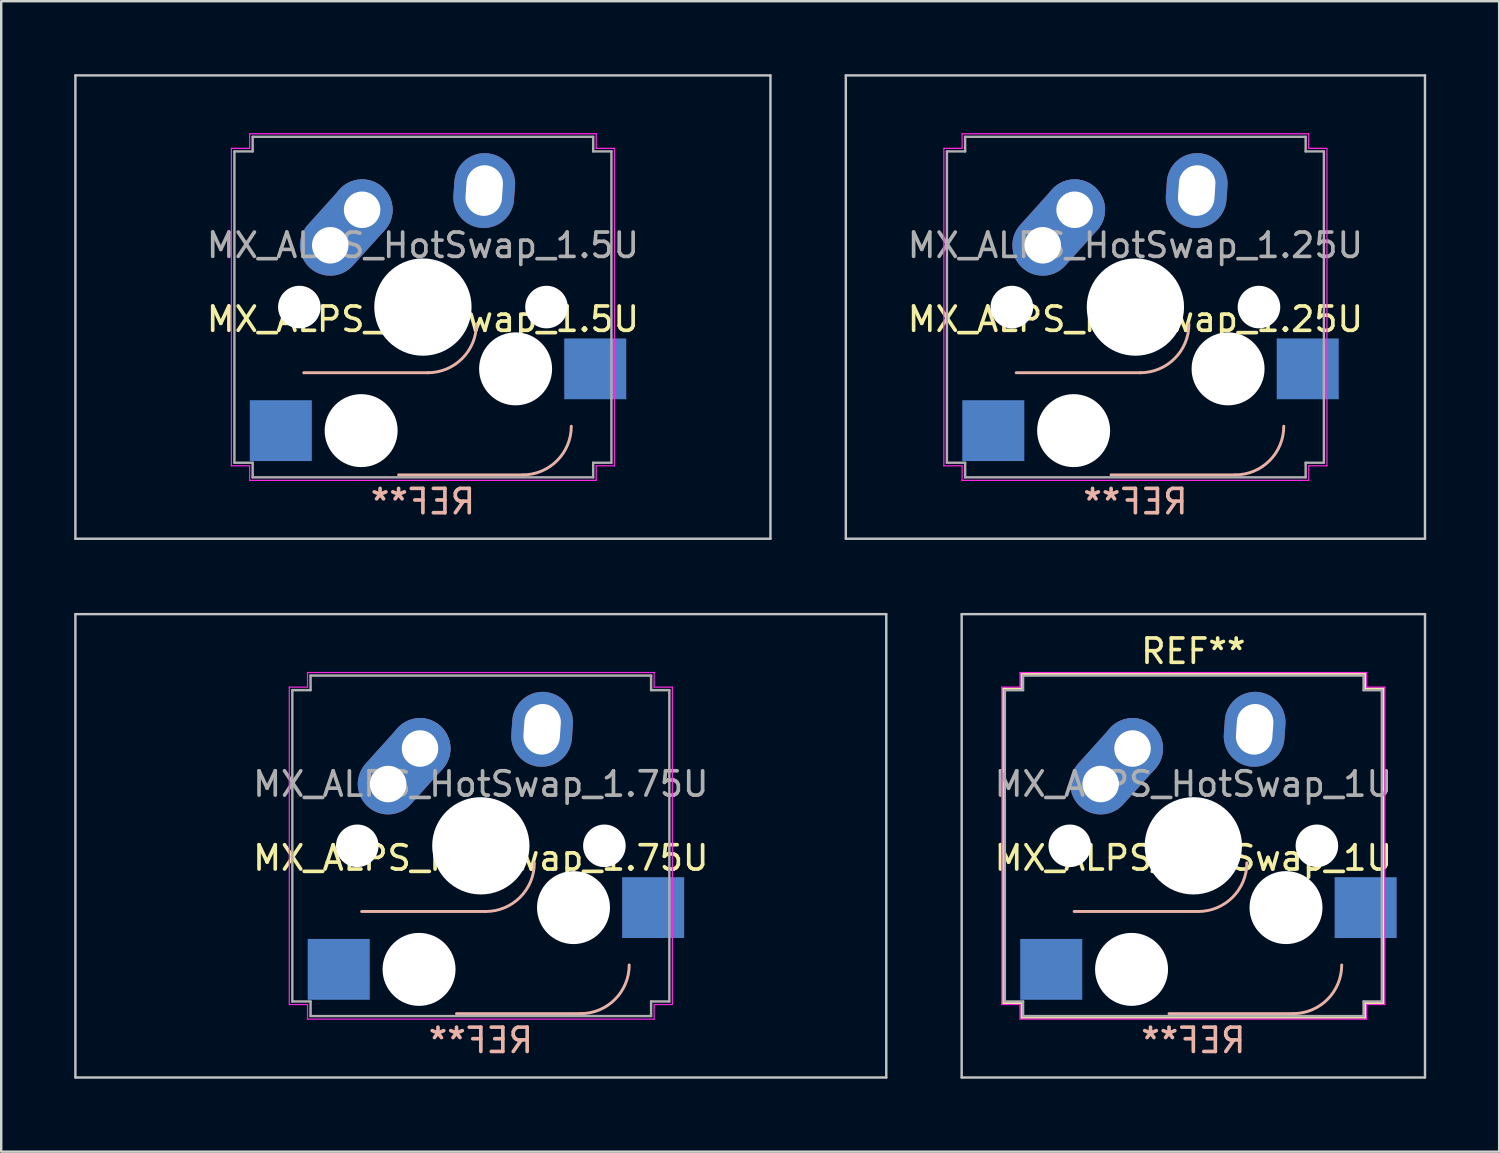
<source format=kicad_pcb>
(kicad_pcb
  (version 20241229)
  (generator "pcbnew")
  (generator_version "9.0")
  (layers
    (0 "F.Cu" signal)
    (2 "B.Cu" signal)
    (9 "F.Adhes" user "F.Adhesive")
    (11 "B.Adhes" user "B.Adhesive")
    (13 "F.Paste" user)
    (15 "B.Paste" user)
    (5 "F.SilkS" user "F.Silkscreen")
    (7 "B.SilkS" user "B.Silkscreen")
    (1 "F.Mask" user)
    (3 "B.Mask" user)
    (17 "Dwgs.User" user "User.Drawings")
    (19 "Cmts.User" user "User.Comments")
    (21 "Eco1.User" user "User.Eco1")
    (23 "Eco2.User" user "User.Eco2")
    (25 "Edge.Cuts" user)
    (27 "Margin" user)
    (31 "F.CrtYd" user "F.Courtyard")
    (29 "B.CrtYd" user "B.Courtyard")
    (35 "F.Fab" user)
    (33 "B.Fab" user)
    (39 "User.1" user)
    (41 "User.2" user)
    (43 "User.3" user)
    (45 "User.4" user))
  (footprint "MX_ALPS_HotSwap_1U"
    (layer "F.Cu")
    (at 48.553 26.645)
    (property "Reference" "MX_ALPS_HotSwap_1U" (at -2.54 5.58 0) (layer "F.SilkS") (effects (font (size 1 1) (thickness 0.15))))
    (attr through_hole)
    (fp_line (start -10.34 -1.37) (end -9.59 -1.37) (stroke (width 0.12) (type solid)) (layer "F.SilkS"))
    (fp_line (start -10.34 11.53) (end -10.34 -1.37) (stroke (width 0.12) (type solid)) (layer "F.SilkS"))
    (fp_line (start -9.59 -1.97) (end 4.51 -1.97) (stroke (width 0.12) (type solid)) (layer "F.SilkS"))
    (fp_line (start -9.59 -1.37) (end -9.59 -1.97) (stroke (width 0.12) (type solid)) (layer "F.SilkS"))
    (fp_line (start -9.59 11.53) (end -10.34 11.53) (stroke (width 0.12) (type solid)) (layer "F.SilkS"))
    (fp_line (start -9.59 12.13) (end -9.59 11.53) (stroke (width 0.12) (type solid)) (layer "F.SilkS"))
    (fp_line (start 4.51 -1.97) (end 4.51 -1.37) (stroke (width 0.12) (type solid)) (layer "F.SilkS"))
    (fp_line (start 4.51 -1.37) (end 5.26 -1.37) (stroke (width 0.12) (type solid)) (layer "F.SilkS"))
    (fp_line (start 4.51 11.53) (end 4.51 12.13) (stroke (width 0.12) (type solid)) (layer "F.SilkS"))
    (fp_line (start 4.51 12.13) (end -9.59 12.13) (stroke (width 0.12) (type solid)) (layer "F.SilkS"))
    (fp_line (start 5.26 -1.37) (end 5.26 11.53) (stroke (width 0.12) (type solid)) (layer "F.SilkS"))
    (fp_line (start 5.26 11.53) (end 4.51 11.53) (stroke (width 0.12) (type solid)) (layer "F.SilkS"))
    (fp_line (start -2.34 7.78) (end -7.44 7.78) (stroke (width 0.12) (type solid)) (layer "B.SilkS"))
    (fp_line (start 1.56 11.98) (end -3.54 11.98) (stroke (width 0.12) (type solid)) (layer "B.SilkS"))
    (fp_arc (start -0.34 5.78) (mid -0.925786 7.194214) (end -2.34 7.78) (stroke (width 0.12) (type solid)) (layer "B.SilkS"))
    (fp_arc (start 3.56 9.98) (mid 2.974214 11.394214) (end 1.56 11.98) (stroke (width 0.12) (type solid)) (layer "B.SilkS"))
    (fp_line (start -12.065 -4.445) (end -12.065 14.605) (stroke (width 0.1) (type solid)) (layer "Dwgs.User"))
    (fp_line (start -12.065 14.605) (end 6.985 14.605) (stroke (width 0.1) (type solid)) (layer "Dwgs.User"))
    (fp_line (start 6.985 -4.445) (end -12.065 -4.445) (stroke (width 0.1) (type solid)) (layer "Dwgs.User"))
    (fp_line (start 6.985 14.605) (end 6.985 -4.445) (stroke (width 0.1) (type solid)) (layer "Dwgs.User"))
    (fp_line (start -10.415 -1.445) (end -9.665 -1.445) (stroke (width 0.05) (type solid)) (layer "F.CrtYd"))
    (fp_line (start -10.415 11.605) (end -10.415 -1.445) (stroke (width 0.05) (type solid)) (layer "F.CrtYd"))
    (fp_line (start -9.665 -2.045) (end 4.585 -2.045) (stroke (width 0.05) (type solid)) (layer "F.CrtYd"))
    (fp_line (start -9.665 -1.445) (end -9.665 -2.045) (stroke (width 0.05) (type solid)) (layer "F.CrtYd"))
    (fp_line (start -9.665 11.605) (end -10.415 11.605) (stroke (width 0.05) (type solid)) (layer "F.CrtYd"))
    (fp_line (start -9.665 12.205) (end -9.665 11.605) (stroke (width 0.05) (type solid)) (layer "F.CrtYd"))
    (fp_line (start 4.585 -2.045) (end 4.585 -1.445) (stroke (width 0.05) (type solid)) (layer "F.CrtYd"))
    (fp_line (start 4.585 -1.445) (end 5.335 -1.445) (stroke (width 0.05) (type solid)) (layer "F.CrtYd"))
    (fp_line (start 4.585 11.605) (end 4.585 12.205) (stroke (width 0.05) (type solid)) (layer "F.CrtYd"))
    (fp_line (start 4.585 12.205) (end -9.665 12.205) (stroke (width 0.05) (type solid)) (layer "F.CrtYd"))
    (fp_line (start 5.335 -1.445) (end 5.335 11.605) (stroke (width 0.05) (type solid)) (layer "F.CrtYd"))
    (fp_line (start 5.335 11.605) (end 4.585 11.605) (stroke (width 0.05) (type solid)) (layer "F.CrtYd"))
    (fp_line (start -10.29 -1.32) (end -9.54 -1.32) (stroke (width 0.1) (type solid)) (layer "F.Fab"))
    (fp_line (start -10.29 11.48) (end -10.29 -1.32) (stroke (width 0.1) (type solid)) (layer "F.Fab"))
    (fp_line (start -9.54 -1.92) (end 4.46 -1.92) (stroke (width 0.1) (type solid)) (layer "F.Fab"))
    (fp_line (start -9.54 -1.32) (end -9.54 -1.92) (stroke (width 0.1) (type solid)) (layer "F.Fab"))
    (fp_line (start -9.54 11.48) (end -10.29 11.48) (stroke (width 0.1) (type solid)) (layer "F.Fab"))
    (fp_line (start -9.54 12.08) (end -9.54 11.48) (stroke (width 0.1) (type solid)) (layer "F.Fab"))
    (fp_line (start 4.46 -1.92) (end 4.46 -1.32) (stroke (width 0.1) (type solid)) (layer "F.Fab"))
    (fp_line (start 4.46 -1.32) (end 5.21 -1.32) (stroke (width 0.1) (type solid)) (layer "F.Fab"))
    (fp_line (start 4.46 11.48) (end 4.46 12.08) (stroke (width 0.1) (type solid)) (layer "F.Fab"))
    (fp_line (start 4.46 12.08) (end -9.54 12.08) (stroke (width 0.1) (type solid)) (layer "F.Fab"))
    (fp_line (start 5.21 -1.32) (end 5.21 11.48) (stroke (width 0.1) (type solid)) (layer "F.Fab"))
    (fp_line (start 5.21 11.48) (end 4.46 11.48) (stroke (width 0.1) (type solid)) (layer "F.Fab"))
    (fp_text user "REF**" (at -2.54 -2.92 0) (layer "F.SilkS") (effects (font (size 1 1) (thickness 0.15))))
    (fp_text user "REF**" (at -2.54 13.08 180) (layer "B.SilkS") (effects (font (size 1 1) (thickness 0.15)) (justify mirror)))
    (fp_text user "${REFERENCE}" (at -2.54 2.54 0) (layer "F.Fab") (effects (font (size 1 1) (thickness 0.15))))
    (pad "" np_thru_hole circle (at -7.62 5.08) (size 1.75 1.75) (drill 1.75) (layers "*.Cu" "*.Mask"))
    (pad "" np_thru_hole circle (at -5.08 10.16 180) (size 3 3) (drill 3) (layers "*.Cu" "*.Mask"))
    (pad "" np_thru_hole circle (at -2.54 5.08) (size 4 4) (drill 4) (layers "*.Cu" "*.Mask"))
    (pad "" np_thru_hole circle (at 1.27 7.62 180) (size 3 3) (drill 3) (layers "*.Cu" "*.Mask"))
    (pad "" np_thru_hole circle (at 2.54 5.08) (size 1.75 1.75) (drill 1.75) (layers "*.Cu" "*.Mask"))
    (pad "1" thru_hole oval (at -0.02 0.29 86) (size 3.081 2.5) (drill oval 2.081 1.5) (layers "*.Cu" "*.Mask"))
    (pad "1" smd rect (at 4.545 7.62 180) (size 2.55 2.5) (layers "B.Cu" "B.Mask" "B.Paste"))
    (pad "2" smd rect (at -8.382 10.16 180) (size 2.55 2.5) (layers "B.Cu" "B.Mask" "B.Paste"))
    (pad "2" thru_hole oval (at -6.35 2.54 48) (size 4.462 2.5) (drill 1.5 (offset 0.981 0)) (layers "*.Cu" "*.Mask"))
    (pad "2" thru_hole circle (at -5.04 1.08) (size 2.5 2.5) (drill 1.5) (layers "*.Cu" "*.Mask")))
  (footprint "MX_ALPS_HotSwap_1.5U"
    (layer "F.Cu")
    (at 16.878 4.495)
    (property "Reference" "MX_ALPS_HotSwap_1.5U" (at -2.54 5.58 0) (layer "F.SilkS") (effects (font (size 1 1) (thickness 0.15))))
    (attr through_hole)
    (fp_line (start -2.34 7.78) (end -7.44 7.78) (stroke (width 0.12) (type solid)) (layer "B.SilkS"))
    (fp_line (start 1.56 11.98) (end -3.54 11.98) (stroke (width 0.12) (type solid)) (layer "B.SilkS"))
    (fp_arc (start -0.34 5.78) (mid -0.925786 7.194214) (end -2.34 7.78) (stroke (width 0.12) (type solid)) (layer "B.SilkS"))
    (fp_arc (start 3.56 9.98) (mid 2.974214 11.394214) (end 1.56 11.98) (stroke (width 0.12) (type solid)) (layer "B.SilkS"))
    (fp_line (start -16.828 -4.445) (end -16.828 14.605) (stroke (width 0.1) (type solid)) (layer "Dwgs.User"))
    (fp_line (start -16.828 14.605) (end 11.748 14.605) (stroke (width 0.1) (type solid)) (layer "Dwgs.User"))
    (fp_line (start 11.748 -4.445) (end -16.828 -4.445) (stroke (width 0.1) (type solid)) (layer "Dwgs.User"))
    (fp_line (start 11.748 14.605) (end 11.748 -4.445) (stroke (width 0.1) (type solid)) (layer "Dwgs.User"))
    (fp_line (start -10.415 -1.445) (end -9.665 -1.445) (stroke (width 0.05) (type solid)) (layer "F.CrtYd"))
    (fp_line (start -10.415 11.605) (end -10.415 -1.445) (stroke (width 0.05) (type solid)) (layer "F.CrtYd"))
    (fp_line (start -9.665 -2.045) (end 4.585 -2.045) (stroke (width 0.05) (type solid)) (layer "F.CrtYd"))
    (fp_line (start -9.665 -1.445) (end -9.665 -2.045) (stroke (width 0.05) (type solid)) (layer "F.CrtYd"))
    (fp_line (start -9.665 11.605) (end -10.415 11.605) (stroke (width 0.05) (type solid)) (layer "F.CrtYd"))
    (fp_line (start -9.665 12.205) (end -9.665 11.605) (stroke (width 0.05) (type solid)) (layer "F.CrtYd"))
    (fp_line (start 4.585 -2.045) (end 4.585 -1.445) (stroke (width 0.05) (type solid)) (layer "F.CrtYd"))
    (fp_line (start 4.585 -1.445) (end 5.335 -1.445) (stroke (width 0.05) (type solid)) (layer "F.CrtYd"))
    (fp_line (start 4.585 11.605) (end 4.585 12.205) (stroke (width 0.05) (type solid)) (layer "F.CrtYd"))
    (fp_line (start 4.585 12.205) (end -9.665 12.205) (stroke (width 0.05) (type solid)) (layer "F.CrtYd"))
    (fp_line (start 5.335 -1.445) (end 5.335 11.605) (stroke (width 0.05) (type solid)) (layer "F.CrtYd"))
    (fp_line (start 5.335 11.605) (end 4.585 11.605) (stroke (width 0.05) (type solid)) (layer "F.CrtYd"))
    (fp_line (start -10.29 -1.32) (end -9.54 -1.32) (stroke (width 0.1) (type solid)) (layer "F.Fab"))
    (fp_line (start -10.29 11.48) (end -10.29 -1.32) (stroke (width 0.1) (type solid)) (layer "F.Fab"))
    (fp_line (start -9.54 -1.92) (end 4.46 -1.92) (stroke (width 0.1) (type solid)) (layer "F.Fab"))
    (fp_line (start -9.54 -1.32) (end -9.54 -1.92) (stroke (width 0.1) (type solid)) (layer "F.Fab"))
    (fp_line (start -9.54 11.48) (end -10.29 11.48) (stroke (width 0.1) (type solid)) (layer "F.Fab"))
    (fp_line (start -9.54 12.08) (end -9.54 11.48) (stroke (width 0.1) (type solid)) (layer "F.Fab"))
    (fp_line (start 4.46 -1.92) (end 4.46 -1.32) (stroke (width 0.1) (type solid)) (layer "F.Fab"))
    (fp_line (start 4.46 -1.32) (end 5.21 -1.32) (stroke (width 0.1) (type solid)) (layer "F.Fab"))
    (fp_line (start 4.46 11.48) (end 4.46 12.08) (stroke (width 0.1) (type solid)) (layer "F.Fab"))
    (fp_line (start 4.46 12.08) (end -9.54 12.08) (stroke (width 0.1) (type solid)) (layer "F.Fab"))
    (fp_line (start 5.21 -1.32) (end 5.21 11.48) (stroke (width 0.1) (type solid)) (layer "F.Fab"))
    (fp_line (start 5.21 11.48) (end 4.46 11.48) (stroke (width 0.1) (type solid)) (layer "F.Fab"))
    (fp_text user "REF**" (at -2.54 13.08 180) (layer "B.SilkS") (effects (font (size 1 1) (thickness 0.15)) (justify mirror)))
    (fp_text user "${REFERENCE}" (at -2.54 2.54 0) (layer "F.Fab") (effects (font (size 1 1) (thickness 0.15))))
    (pad "" np_thru_hole circle (at -7.62 5.08) (size 1.75 1.75) (drill 1.75) (layers "*.Cu" "*.Mask"))
    (pad "" np_thru_hole circle (at -5.08 10.16 180) (size 3 3) (drill 3) (layers "*.Cu" "*.Mask"))
    (pad "" np_thru_hole circle (at -2.54 5.08) (size 4 4) (drill 4) (layers "*.Cu" "*.Mask"))
    (pad "" np_thru_hole circle (at 1.27 7.62 180) (size 3 3) (drill 3) (layers "*.Cu" "*.Mask"))
    (pad "" np_thru_hole circle (at 2.54 5.08) (size 1.75 1.75) (drill 1.75) (layers "*.Cu" "*.Mask"))
    (pad "1" thru_hole oval (at -0.02 0.29 86) (size 3.081 2.5) (drill oval 2.081 1.5) (layers "*.Cu" "B.Mask"))
    (pad "1" smd rect (at 4.545 7.62 180) (size 2.55 2.5) (layers "B.Cu" "B.Mask" "B.Paste"))
    (pad "2" smd rect (at -8.382 10.16 180) (size 2.55 2.5) (layers "B.Cu" "B.Mask" "B.Paste"))
    (pad "2" thru_hole oval (at -6.35 2.54 48) (size 4.462 2.5) (drill 1.5 (offset 0.981 0)) (layers "*.Cu" "B.Mask"))
    (pad "2" thru_hole circle (at -5.04 1.08) (size 2.5 2.5) (drill 1.5) (layers "*.Cu" "B.Mask")))
  (footprint "MX_ALPS_HotSwap_1.25U"
    (layer "F.Cu")
    (at 46.171 4.495)
    (property "Reference" "MX_ALPS_HotSwap_1.25U" (at -2.54 5.58 0) (layer "F.SilkS") (effects (font (size 1 1) (thickness 0.15))))
    (attr through_hole)
    (fp_line (start -2.34 7.78) (end -7.44 7.78) (stroke (width 0.12) (type solid)) (layer "B.SilkS"))
    (fp_line (start 1.56 11.98) (end -3.54 11.98) (stroke (width 0.12) (type solid)) (layer "B.SilkS"))
    (fp_arc (start -0.34 5.78) (mid -0.925786 7.194214) (end -2.34 7.78) (stroke (width 0.12) (type solid)) (layer "B.SilkS"))
    (fp_arc (start 3.56 9.98) (mid 2.974214 11.394214) (end 1.56 11.98) (stroke (width 0.12) (type solid)) (layer "B.SilkS"))
    (fp_line (start -14.446 14.605) (end -14.446 -4.445) (stroke (width 0.1) (type solid)) (layer "Dwgs.User"))
    (fp_line (start -14.446 14.605) (end 9.366 14.605) (stroke (width 0.1) (type solid)) (layer "Dwgs.User"))
    (fp_line (start 9.366 -4.445) (end -14.446 -4.445) (stroke (width 0.1) (type solid)) (layer "Dwgs.User"))
    (fp_line (start 9.366 14.605) (end 9.366 -4.445) (stroke (width 0.1) (type solid)) (layer "Dwgs.User"))
    (fp_line (start -10.415 -1.445) (end -9.665 -1.445) (stroke (width 0.05) (type solid)) (layer "F.CrtYd"))
    (fp_line (start -10.415 11.605) (end -10.415 -1.445) (stroke (width 0.05) (type solid)) (layer "F.CrtYd"))
    (fp_line (start -9.665 -2.045) (end 4.585 -2.045) (stroke (width 0.05) (type solid)) (layer "F.CrtYd"))
    (fp_line (start -9.665 -1.445) (end -9.665 -2.045) (stroke (width 0.05) (type solid)) (layer "F.CrtYd"))
    (fp_line (start -9.665 11.605) (end -10.415 11.605) (stroke (width 0.05) (type solid)) (layer "F.CrtYd"))
    (fp_line (start -9.665 12.205) (end -9.665 11.605) (stroke (width 0.05) (type solid)) (layer "F.CrtYd"))
    (fp_line (start 4.585 -2.045) (end 4.585 -1.445) (stroke (width 0.05) (type solid)) (layer "F.CrtYd"))
    (fp_line (start 4.585 -1.445) (end 5.335 -1.445) (stroke (width 0.05) (type solid)) (layer "F.CrtYd"))
    (fp_line (start 4.585 11.605) (end 4.585 12.205) (stroke (width 0.05) (type solid)) (layer "F.CrtYd"))
    (fp_line (start 4.585 12.205) (end -9.665 12.205) (stroke (width 0.05) (type solid)) (layer "F.CrtYd"))
    (fp_line (start 5.335 -1.445) (end 5.335 11.605) (stroke (width 0.05) (type solid)) (layer "F.CrtYd"))
    (fp_line (start 5.335 11.605) (end 4.585 11.605) (stroke (width 0.05) (type solid)) (layer "F.CrtYd"))
    (fp_line (start -10.29 -1.32) (end -9.54 -1.32) (stroke (width 0.1) (type solid)) (layer "F.Fab"))
    (fp_line (start -10.29 11.48) (end -10.29 -1.32) (stroke (width 0.1) (type solid)) (layer "F.Fab"))
    (fp_line (start -9.54 -1.92) (end 4.46 -1.92) (stroke (width 0.1) (type solid)) (layer "F.Fab"))
    (fp_line (start -9.54 -1.32) (end -9.54 -1.92) (stroke (width 0.1) (type solid)) (layer "F.Fab"))
    (fp_line (start -9.54 11.48) (end -10.29 11.48) (stroke (width 0.1) (type solid)) (layer "F.Fab"))
    (fp_line (start -9.54 12.08) (end -9.54 11.48) (stroke (width 0.1) (type solid)) (layer "F.Fab"))
    (fp_line (start 4.46 -1.92) (end 4.46 -1.32) (stroke (width 0.1) (type solid)) (layer "F.Fab"))
    (fp_line (start 4.46 -1.32) (end 5.21 -1.32) (stroke (width 0.1) (type solid)) (layer "F.Fab"))
    (fp_line (start 4.46 11.48) (end 4.46 12.08) (stroke (width 0.1) (type solid)) (layer "F.Fab"))
    (fp_line (start 4.46 12.08) (end -9.54 12.08) (stroke (width 0.1) (type solid)) (layer "F.Fab"))
    (fp_line (start 5.21 -1.32) (end 5.21 11.48) (stroke (width 0.1) (type solid)) (layer "F.Fab"))
    (fp_line (start 5.21 11.48) (end 4.46 11.48) (stroke (width 0.1) (type solid)) (layer "F.Fab"))
    (fp_text user "REF**" (at -2.54 13.08 180) (layer "B.SilkS") (effects (font (size 1 1) (thickness 0.15)) (justify mirror)))
    (fp_text user "${REFERENCE}" (at -2.54 2.54 0) (layer "F.Fab") (effects (font (size 1 1) (thickness 0.15))))
    (pad "" np_thru_hole circle (at -7.62 5.08) (size 1.75 1.75) (drill 1.75) (layers "*.Cu" "*.Mask"))
    (pad "" np_thru_hole circle (at -5.08 10.16 180) (size 3 3) (drill 3) (layers "*.Cu" "*.Mask"))
    (pad "" np_thru_hole circle (at -2.54 5.08) (size 4 4) (drill 4) (layers "*.Cu" "*.Mask"))
    (pad "" np_thru_hole circle (at 1.27 7.62 180) (size 3 3) (drill 3) (layers "*.Cu" "*.Mask"))
    (pad "" np_thru_hole circle (at 2.54 5.08) (size 1.75 1.75) (drill 1.75) (layers "*.Cu" "*.Mask"))
    (pad "1" thru_hole oval (at -0.02 0.29 86) (size 3.081 2.5) (drill oval 2.081 1.5) (layers "*.Cu" "B.Mask"))
    (pad "1" smd rect (at 4.545 7.62 180) (size 2.55 2.5) (layers "B.Cu" "B.Mask" "B.Paste"))
    (pad "2" smd rect (at -8.382 10.16 180) (size 2.55 2.5) (layers "B.Cu" "B.Mask" "B.Paste"))
    (pad "2" thru_hole oval (at -6.35 2.54 48) (size 4.462 2.5) (drill 1.5 (offset 0.981 0)) (layers "*.Cu" "B.Mask"))
    (pad "2" thru_hole circle (at -5.04 1.08) (size 2.5 2.5) (drill 1.5) (layers "*.Cu" "B.Mask")))
  (footprint "MX_ALPS_HotSwap_1.75U"
    (layer "F.Cu")
    (at 19.259 26.645)
    (property "Reference" "MX_ALPS_HotSwap_1.75U" (at -2.54 5.58 0) (layer "F.SilkS") (effects (font (size 1 1) (thickness 0.15))))
    (attr through_hole)
    (fp_line (start -2.34 7.78) (end -7.44 7.78) (stroke (width 0.12) (type solid)) (layer "B.SilkS"))
    (fp_line (start 1.56 11.98) (end -3.54 11.98) (stroke (width 0.12) (type solid)) (layer "B.SilkS"))
    (fp_arc (start -0.34 5.78) (mid -0.925786 7.194214) (end -2.34 7.78) (stroke (width 0.12) (type solid)) (layer "B.SilkS"))
    (fp_arc (start 3.56 9.98) (mid 2.974214 11.394214) (end 1.56 11.98) (stroke (width 0.12) (type solid)) (layer "B.SilkS"))
    (fp_line (start -19.209 -4.445) (end -19.209 14.605) (stroke (width 0.1) (type solid)) (layer "Dwgs.User"))
    (fp_line (start -19.209 14.605) (end 14.129 14.605) (stroke (width 0.1) (type solid)) (layer "Dwgs.User"))
    (fp_line (start 14.129 -4.445) (end -19.209 -4.445) (stroke (width 0.1) (type solid)) (layer "Dwgs.User"))
    (fp_line (start 14.129 14.605) (end 14.129 -4.445) (stroke (width 0.1) (type solid)) (layer "Dwgs.User"))
    (fp_line (start -10.415 -1.445) (end -9.665 -1.445) (stroke (width 0.05) (type solid)) (layer "F.CrtYd"))
    (fp_line (start -10.415 11.605) (end -10.415 -1.445) (stroke (width 0.05) (type solid)) (layer "F.CrtYd"))
    (fp_line (start -9.665 -2.045) (end 4.585 -2.045) (stroke (width 0.05) (type solid)) (layer "F.CrtYd"))
    (fp_line (start -9.665 -1.445) (end -9.665 -2.045) (stroke (width 0.05) (type solid)) (layer "F.CrtYd"))
    (fp_line (start -9.665 11.605) (end -10.415 11.605) (stroke (width 0.05) (type solid)) (layer "F.CrtYd"))
    (fp_line (start -9.665 12.205) (end -9.665 11.605) (stroke (width 0.05) (type solid)) (layer "F.CrtYd"))
    (fp_line (start 4.585 -2.045) (end 4.585 -1.445) (stroke (width 0.05) (type solid)) (layer "F.CrtYd"))
    (fp_line (start 4.585 -1.445) (end 5.335 -1.445) (stroke (width 0.05) (type solid)) (layer "F.CrtYd"))
    (fp_line (start 4.585 11.605) (end 4.585 12.205) (stroke (width 0.05) (type solid)) (layer "F.CrtYd"))
    (fp_line (start 4.585 12.205) (end -9.665 12.205) (stroke (width 0.05) (type solid)) (layer "F.CrtYd"))
    (fp_line (start 5.335 -1.445) (end 5.335 11.605) (stroke (width 0.05) (type solid)) (layer "F.CrtYd"))
    (fp_line (start 5.335 11.605) (end 4.585 11.605) (stroke (width 0.05) (type solid)) (layer "F.CrtYd"))
    (fp_line (start -10.29 -1.32) (end -9.54 -1.32) (stroke (width 0.1) (type solid)) (layer "F.Fab"))
    (fp_line (start -10.29 11.48) (end -10.29 -1.32) (stroke (width 0.1) (type solid)) (layer "F.Fab"))
    (fp_line (start -9.54 -1.92) (end 4.46 -1.92) (stroke (width 0.1) (type solid)) (layer "F.Fab"))
    (fp_line (start -9.54 -1.32) (end -9.54 -1.92) (stroke (width 0.1) (type solid)) (layer "F.Fab"))
    (fp_line (start -9.54 11.48) (end -10.29 11.48) (stroke (width 0.1) (type solid)) (layer "F.Fab"))
    (fp_line (start -9.54 12.08) (end -9.54 11.48) (stroke (width 0.1) (type solid)) (layer "F.Fab"))
    (fp_line (start 4.46 -1.92) (end 4.46 -1.32) (stroke (width 0.1) (type solid)) (layer "F.Fab"))
    (fp_line (start 4.46 -1.32) (end 5.21 -1.32) (stroke (width 0.1) (type solid)) (layer "F.Fab"))
    (fp_line (start 4.46 11.48) (end 4.46 12.08) (stroke (width 0.1) (type solid)) (layer "F.Fab"))
    (fp_line (start 4.46 12.08) (end -9.54 12.08) (stroke (width 0.1) (type solid)) (layer "F.Fab"))
    (fp_line (start 5.21 -1.32) (end 5.21 11.48) (stroke (width 0.1) (type solid)) (layer "F.Fab"))
    (fp_line (start 5.21 11.48) (end 4.46 11.48) (stroke (width 0.1) (type solid)) (layer "F.Fab"))
    (fp_text user "REF**" (at -2.54 13.08 180) (layer "B.SilkS") (effects (font (size 1 1) (thickness 0.15)) (justify mirror)))
    (fp_text user "${REFERENCE}" (at -2.54 2.54 0) (layer "F.Fab") (effects (font (size 1 1) (thickness 0.15))))
    (pad "" np_thru_hole circle (at -7.62 5.08) (size 1.75 1.75) (drill 1.75) (layers "*.Cu" "*.Mask"))
    (pad "" np_thru_hole circle (at -5.08 10.16 180) (size 3 3) (drill 3) (layers "*.Cu" "*.Mask"))
    (pad "" np_thru_hole circle (at -2.54 5.08) (size 4 4) (drill 4) (layers "*.Cu" "*.Mask"))
    (pad "" np_thru_hole circle (at 1.27 7.62 180) (size 3 3) (drill 3) (layers "*.Cu" "*.Mask"))
    (pad "" np_thru_hole circle (at 2.54 5.08) (size 1.75 1.75) (drill 1.75) (layers "*.Cu" "*.Mask"))
    (pad "1" thru_hole oval (at -0.02 0.29 86) (size 3.081 2.5) (drill oval 2.081 1.5) (layers "*.Cu" "B.Mask"))
    (pad "1" smd rect (at 4.545 7.62 180) (size 2.55 2.5) (layers "B.Cu" "B.Mask" "B.Paste"))
    (pad "2" smd rect (at -8.382 10.16 180) (size 2.55 2.5) (layers "B.Cu" "B.Mask" "B.Paste"))
    (pad "2" thru_hole oval (at -6.35 2.54 48) (size 4.462 2.5) (drill 1.5 (offset 0.981 0)) (layers "*.Cu" "B.Mask"))
    (pad "2" thru_hole circle (at -5.04 1.08) (size 2.5 2.5) (drill 1.5) (layers "*.Cu" "B.Mask")))
  (gr_rect
    (start -3 -3)
    (end 58.587 44.3)
    (stroke (width 0.1) (type default))
    (fill no)
    (layer "Edge.Cuts")))
</source>
